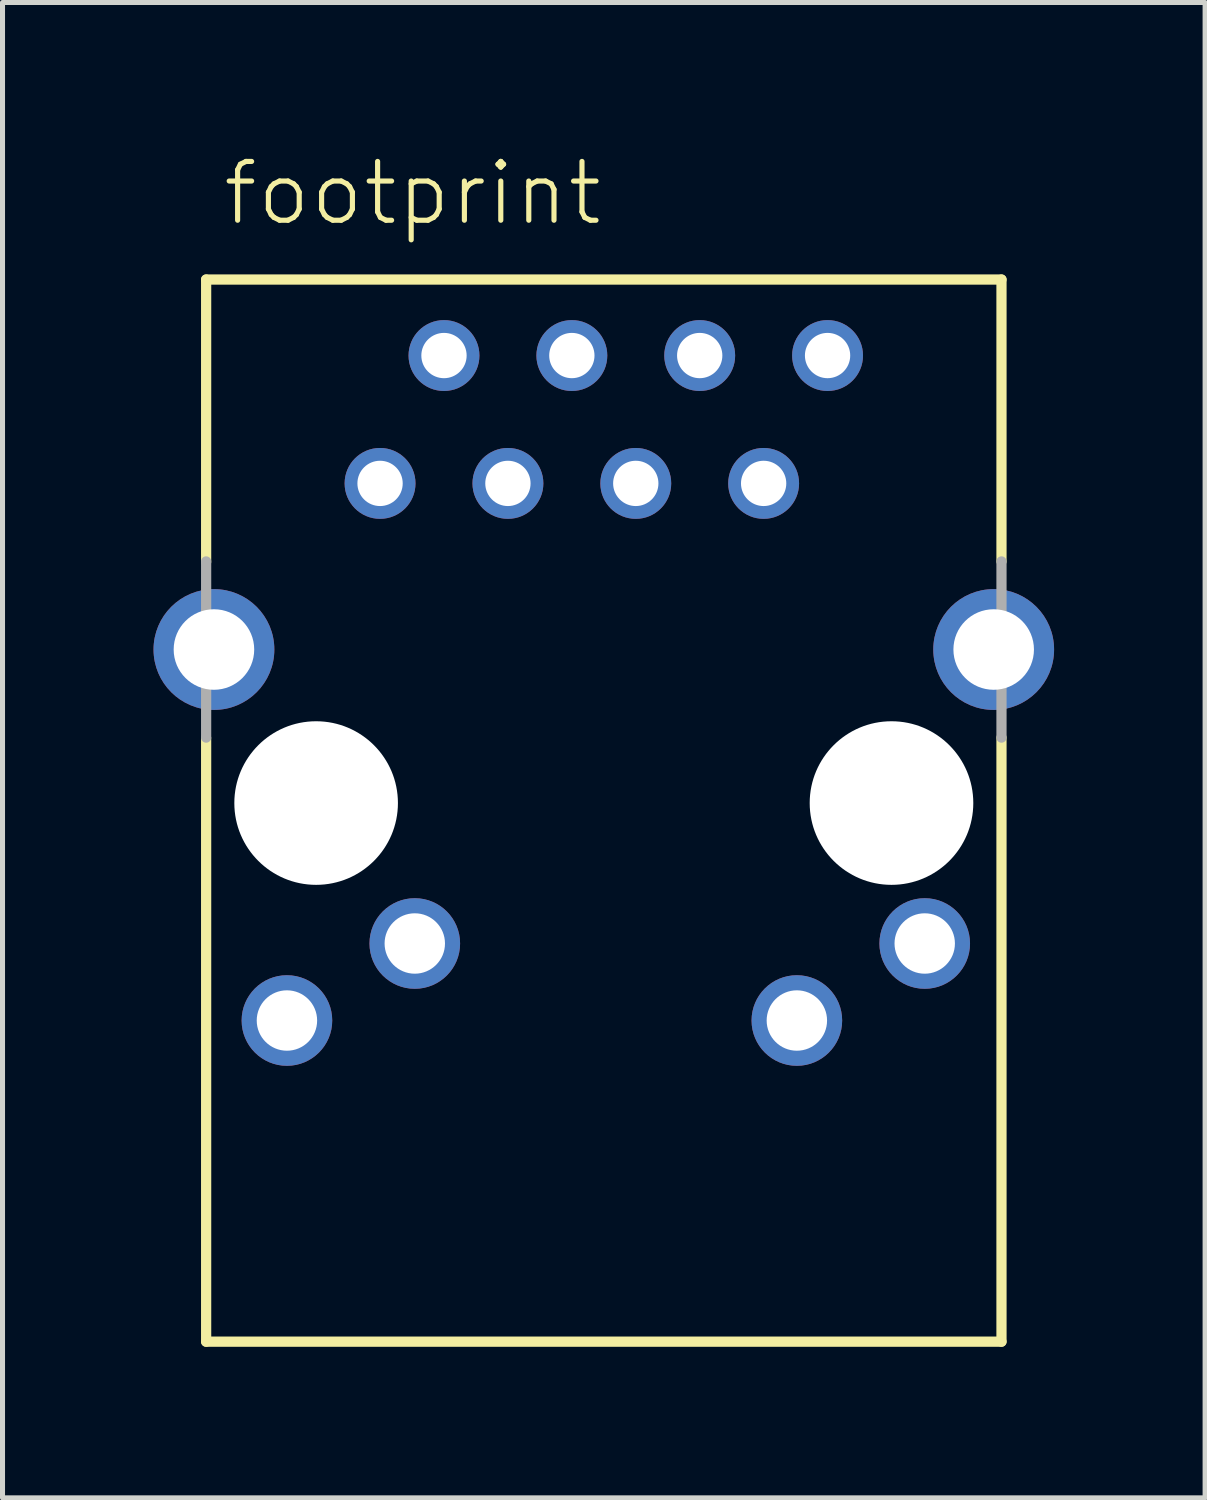
<source format=kicad_pcb>
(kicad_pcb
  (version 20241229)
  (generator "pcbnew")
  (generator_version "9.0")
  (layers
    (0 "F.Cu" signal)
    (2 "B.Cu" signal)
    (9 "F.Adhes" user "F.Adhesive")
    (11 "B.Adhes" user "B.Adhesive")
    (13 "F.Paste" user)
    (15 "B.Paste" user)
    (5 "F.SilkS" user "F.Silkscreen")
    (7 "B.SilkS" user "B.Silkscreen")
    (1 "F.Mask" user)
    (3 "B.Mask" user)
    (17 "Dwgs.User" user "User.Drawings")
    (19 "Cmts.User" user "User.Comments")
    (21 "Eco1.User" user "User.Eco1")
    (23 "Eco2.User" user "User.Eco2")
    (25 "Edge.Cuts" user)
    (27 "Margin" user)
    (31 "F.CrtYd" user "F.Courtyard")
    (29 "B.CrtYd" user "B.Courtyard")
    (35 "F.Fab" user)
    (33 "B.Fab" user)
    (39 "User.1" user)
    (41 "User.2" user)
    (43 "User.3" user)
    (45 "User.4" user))
  (footprint "footprint"
    (layer "F.Cu")
    (at 8.945 12.903)
    (property "Reference" "footprint" (at -7.62 -11.43 0) (layer "F.SilkS") (effects (font (size 1.168 1.168) (thickness 0.102)) (justify left bottom)))
    (fp_line (start -7.9 -10.4) (end 7.9 -10.4) (stroke (width 0.203) (type solid)) (layer "F.SilkS"))
    (fp_line (start -7.9 -4.79) (end -7.9 -10.4) (stroke (width 0.203) (type solid)) (layer "F.SilkS"))
    (fp_line (start -7.9 10.7) (end -7.9 -1.29) (stroke (width 0.203) (type solid)) (layer "F.SilkS"))
    (fp_line (start 7.9 -10.4) (end 7.9 -4.8) (stroke (width 0.203) (type solid)) (layer "F.SilkS"))
    (fp_line (start 7.9 -1.3) (end 7.9 10.7) (stroke (width 0.203) (type solid)) (layer "F.SilkS"))
    (fp_line (start 7.9 10.7) (end -7.9 10.7) (stroke (width 0.203) (type solid)) (layer "F.SilkS"))
    (fp_line (start -7.9 -4.8) (end -7.9 -1.3) (stroke (width 0.203) (type solid)) (layer "F.Fab"))
    (fp_line (start 7.9 -4.8) (end 7.9 -1.3) (stroke (width 0.203) (type solid)) (layer "F.Fab"))
    (pad "" np_thru_hole circle (at -5.715 0) (size 3.25 3.25) (drill 3.25) (layers "*.Cu" "*.Mask"))
    (pad "" np_thru_hole circle (at 5.715 0) (size 3.25 3.25) (drill 3.25) (layers "*.Cu" "*.Mask"))
    (pad "1" thru_hole circle (at -4.445 -6.35) (size 1.408 1.408) (drill 0.9) (layers "*.Cu" "*.Mask"))
    (pad "2" thru_hole circle (at -3.175 -8.89) (size 1.408 1.408) (drill 0.9) (layers "*.Cu" "*.Mask"))
    (pad "3" thru_hole circle (at -1.905 -6.35) (size 1.408 1.408) (drill 0.9) (layers "*.Cu" "*.Mask"))
    (pad "4" thru_hole circle (at -0.635 -8.89) (size 1.408 1.408) (drill 0.9) (layers "*.Cu" "*.Mask"))
    (pad "5" thru_hole circle (at 0.635 -6.35) (size 1.408 1.408) (drill 0.9) (layers "*.Cu" "*.Mask"))
    (pad "6" thru_hole circle (at 1.905 -8.89) (size 1.408 1.408) (drill 0.9) (layers "*.Cu" "*.Mask"))
    (pad "7" thru_hole circle (at 3.175 -6.35) (size 1.408 1.408) (drill 0.9) (layers "*.Cu" "*.Mask"))
    (pad "8" thru_hole circle (at 4.445 -8.89) (size 1.408 1.408) (drill 0.9) (layers "*.Cu" "*.Mask"))
    (pad "A1" thru_hole circle (at -6.295 4.32) (size 1.8 1.8) (drill 1.2) (layers "*.Cu" "*.Mask"))
    (pad "A2" thru_hole circle (at 3.835 4.32) (size 1.8 1.8) (drill 1.2) (layers "*.Cu" "*.Mask"))
    (pad "C1" thru_hole circle (at -3.755 2.79) (size 1.8 1.8) (drill 1.2) (layers "*.Cu" "*.Mask"))
    (pad "C2" thru_hole circle (at 6.375 2.79) (size 1.8 1.8) (drill 1.2) (layers "*.Cu" "*.Mask"))
    (pad "S1" thru_hole circle (at -7.745 -3.05) (size 2.4 2.4) (drill 1.6) (layers "*.Cu" "*.Mask"))
    (pad "S2" thru_hole circle (at 7.745 -3.05) (size 2.4 2.4) (drill 1.6) (layers "*.Cu" "*.Mask")))
  (gr_rect
    (start -3 -3)
    (end 20.89 26.705)
    (stroke (width 0.1) (type default))
    (fill no)
    (layer "Edge.Cuts")))
</source>
